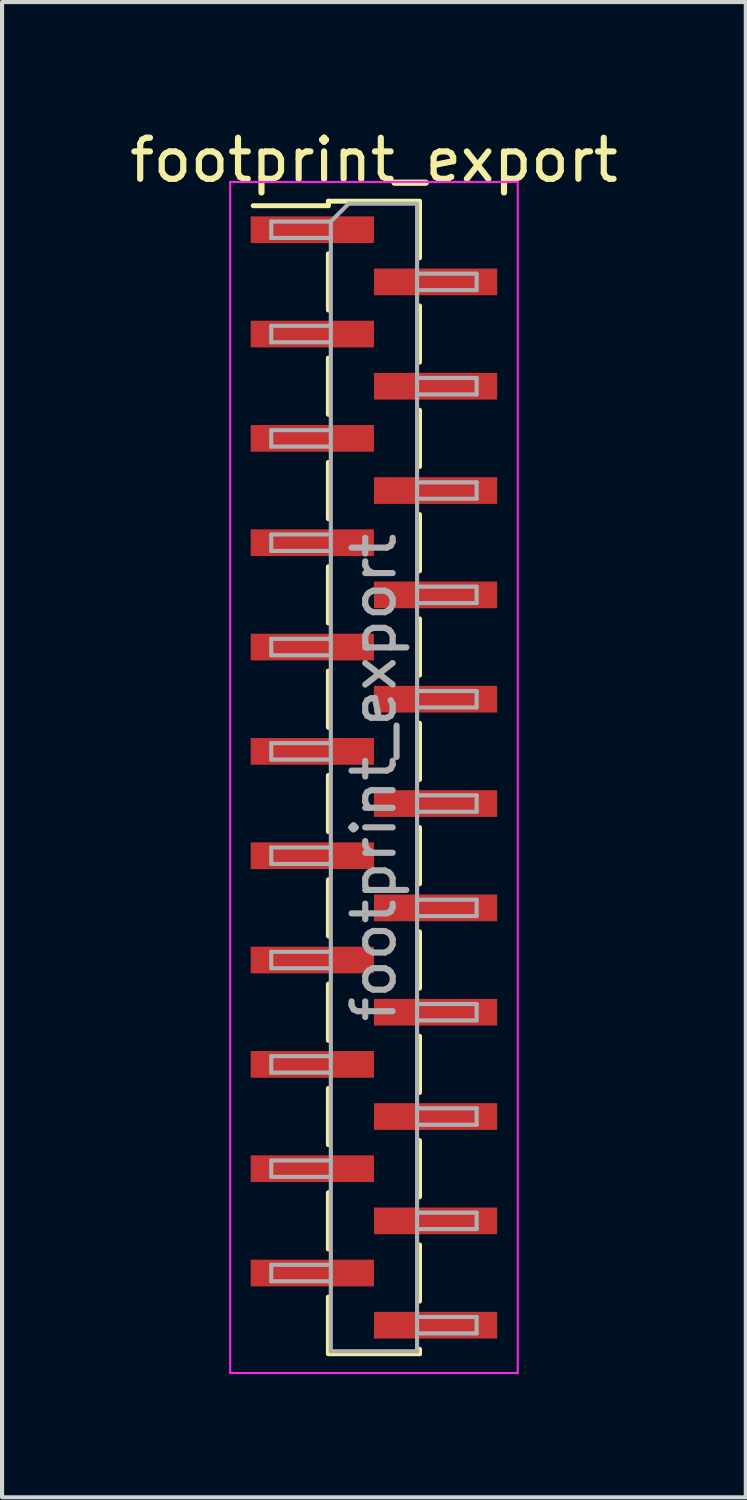
<source format=kicad_pcb>
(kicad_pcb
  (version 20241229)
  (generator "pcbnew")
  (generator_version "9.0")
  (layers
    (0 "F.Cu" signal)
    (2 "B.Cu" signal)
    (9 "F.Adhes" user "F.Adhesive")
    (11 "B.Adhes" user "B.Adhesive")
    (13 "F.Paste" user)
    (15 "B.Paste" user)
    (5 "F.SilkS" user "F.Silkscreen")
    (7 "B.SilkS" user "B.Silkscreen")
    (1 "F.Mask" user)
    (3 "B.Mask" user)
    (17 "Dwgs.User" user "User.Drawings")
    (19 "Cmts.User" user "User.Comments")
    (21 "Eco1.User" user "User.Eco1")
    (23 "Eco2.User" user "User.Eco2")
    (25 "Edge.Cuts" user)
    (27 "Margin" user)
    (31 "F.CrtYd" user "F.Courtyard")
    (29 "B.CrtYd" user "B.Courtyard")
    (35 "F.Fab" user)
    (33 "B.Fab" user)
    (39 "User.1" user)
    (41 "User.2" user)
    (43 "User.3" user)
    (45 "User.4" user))
  (footprint "footprint_export"
    (layer "F.Cu")
    (at 6.054 15.878)
    (property "Reference" "footprint_export" (at 0 -15.03 0) (layer "F.SilkS") (effects (font (size 1 1) (thickness 0.15))))
    (attr smd)
    (fp_line (start -1.11 -14.03) (end -1.11 -13.92) (stroke (width 0.12) (type solid)) (layer "F.SilkS"))
    (fp_line (start -1.11 -14.03) (end 1.11 -14.03) (stroke (width 0.12) (type solid)) (layer "F.SilkS"))
    (fp_line (start -1.11 -13.92) (end -2.94 -13.92) (stroke (width 0.12) (type solid)) (layer "F.SilkS"))
    (fp_line (start -1.11 -12.75) (end -1.11 -11.38) (stroke (width 0.12) (type solid)) (layer "F.SilkS"))
    (fp_line (start -1.11 -10.21) (end -1.11 -8.84) (stroke (width 0.12) (type solid)) (layer "F.SilkS"))
    (fp_line (start -1.11 -7.67) (end -1.11 -6.3) (stroke (width 0.12) (type solid)) (layer "F.SilkS"))
    (fp_line (start -1.11 -5.13) (end -1.11 -3.76) (stroke (width 0.12) (type solid)) (layer "F.SilkS"))
    (fp_line (start -1.11 -2.59) (end -1.11 -1.22) (stroke (width 0.12) (type solid)) (layer "F.SilkS"))
    (fp_line (start -1.11 -0.05) (end -1.11 1.32) (stroke (width 0.12) (type solid)) (layer "F.SilkS"))
    (fp_line (start -1.11 2.49) (end -1.11 3.86) (stroke (width 0.12) (type solid)) (layer "F.SilkS"))
    (fp_line (start -1.11 5.03) (end -1.11 6.4) (stroke (width 0.12) (type solid)) (layer "F.SilkS"))
    (fp_line (start -1.11 7.57) (end -1.11 8.94) (stroke (width 0.12) (type solid)) (layer "F.SilkS"))
    (fp_line (start -1.11 10.11) (end -1.11 11.48) (stroke (width 0.12) (type solid)) (layer "F.SilkS"))
    (fp_line (start -1.11 12.65) (end -1.11 14.02) (stroke (width 0.12) (type solid)) (layer "F.SilkS"))
    (fp_line (start -1.11 14.03) (end 1.11 14.03) (stroke (width 0.12) (type solid)) (layer "F.SilkS"))
    (fp_line (start 1.11 -14.02) (end 1.11 -12.65) (stroke (width 0.12) (type solid)) (layer "F.SilkS"))
    (fp_line (start 1.11 -11.48) (end 1.11 -10.11) (stroke (width 0.12) (type solid)) (layer "F.SilkS"))
    (fp_line (start 1.11 -8.94) (end 1.11 -7.57) (stroke (width 0.12) (type solid)) (layer "F.SilkS"))
    (fp_line (start 1.11 -6.4) (end 1.11 -5.03) (stroke (width 0.12) (type solid)) (layer "F.SilkS"))
    (fp_line (start 1.11 -3.86) (end 1.11 -2.49) (stroke (width 0.12) (type solid)) (layer "F.SilkS"))
    (fp_line (start 1.11 -1.32) (end 1.11 0.05) (stroke (width 0.12) (type solid)) (layer "F.SilkS"))
    (fp_line (start 1.11 1.22) (end 1.11 2.59) (stroke (width 0.12) (type solid)) (layer "F.SilkS"))
    (fp_line (start 1.11 3.76) (end 1.11 5.13) (stroke (width 0.12) (type solid)) (layer "F.SilkS"))
    (fp_line (start 1.11 6.3) (end 1.11 7.67) (stroke (width 0.12) (type solid)) (layer "F.SilkS"))
    (fp_line (start 1.11 8.84) (end 1.11 10.21) (stroke (width 0.12) (type solid)) (layer "F.SilkS"))
    (fp_line (start 1.11 11.38) (end 1.11 12.75) (stroke (width 0.12) (type solid)) (layer "F.SilkS"))
    (fp_line (start 1.11 13.92) (end 1.11 14.03) (stroke (width 0.12) (type solid)) (layer "F.SilkS"))
    (fp_line (start -3.5 -14.5) (end -3.5 14.5) (stroke (width 0.05) (type solid)) (layer "F.CrtYd"))
    (fp_line (start -3.5 14.5) (end 3.5 14.5) (stroke (width 0.05) (type solid)) (layer "F.CrtYd"))
    (fp_line (start 3.5 -14.5) (end -3.5 -14.5) (stroke (width 0.05) (type solid)) (layer "F.CrtYd"))
    (fp_line (start 3.5 14.5) (end 3.5 -14.5) (stroke (width 0.05) (type solid)) (layer "F.CrtYd"))
    (fp_line (start -2.5 -13.535) (end -2.5 -13.135) (stroke (width 0.1) (type solid)) (layer "F.Fab"))
    (fp_line (start -2.5 -13.135) (end -1.05 -13.135) (stroke (width 0.1) (type solid)) (layer "F.Fab"))
    (fp_line (start -2.5 -10.995) (end -2.5 -10.595) (stroke (width 0.1) (type solid)) (layer "F.Fab"))
    (fp_line (start -2.5 -10.595) (end -1.05 -10.595) (stroke (width 0.1) (type solid)) (layer "F.Fab"))
    (fp_line (start -2.5 -8.455) (end -2.5 -8.055) (stroke (width 0.1) (type solid)) (layer "F.Fab"))
    (fp_line (start -2.5 -8.055) (end -1.05 -8.055) (stroke (width 0.1) (type solid)) (layer "F.Fab"))
    (fp_line (start -2.5 -5.915) (end -2.5 -5.515) (stroke (width 0.1) (type solid)) (layer "F.Fab"))
    (fp_line (start -2.5 -5.515) (end -1.05 -5.515) (stroke (width 0.1) (type solid)) (layer "F.Fab"))
    (fp_line (start -2.5 -3.375) (end -2.5 -2.975) (stroke (width 0.1) (type solid)) (layer "F.Fab"))
    (fp_line (start -2.5 -2.975) (end -1.05 -2.975) (stroke (width 0.1) (type solid)) (layer "F.Fab"))
    (fp_line (start -2.5 -0.835) (end -2.5 -0.435) (stroke (width 0.1) (type solid)) (layer "F.Fab"))
    (fp_line (start -2.5 -0.435) (end -1.05 -0.435) (stroke (width 0.1) (type solid)) (layer "F.Fab"))
    (fp_line (start -2.5 1.705) (end -2.5 2.105) (stroke (width 0.1) (type solid)) (layer "F.Fab"))
    (fp_line (start -2.5 2.105) (end -1.05 2.105) (stroke (width 0.1) (type solid)) (layer "F.Fab"))
    (fp_line (start -2.5 4.245) (end -2.5 4.645) (stroke (width 0.1) (type solid)) (layer "F.Fab"))
    (fp_line (start -2.5 4.645) (end -1.05 4.645) (stroke (width 0.1) (type solid)) (layer "F.Fab"))
    (fp_line (start -2.5 6.785) (end -2.5 7.185) (stroke (width 0.1) (type solid)) (layer "F.Fab"))
    (fp_line (start -2.5 7.185) (end -1.05 7.185) (stroke (width 0.1) (type solid)) (layer "F.Fab"))
    (fp_line (start -2.5 9.325) (end -2.5 9.725) (stroke (width 0.1) (type solid)) (layer "F.Fab"))
    (fp_line (start -2.5 9.725) (end -1.05 9.725) (stroke (width 0.1) (type solid)) (layer "F.Fab"))
    (fp_line (start -2.5 11.865) (end -2.5 12.265) (stroke (width 0.1) (type solid)) (layer "F.Fab"))
    (fp_line (start -2.5 12.265) (end -1.05 12.265) (stroke (width 0.1) (type solid)) (layer "F.Fab"))
    (fp_line (start -1.05 -13.535) (end -2.5 -13.535) (stroke (width 0.1) (type solid)) (layer "F.Fab"))
    (fp_line (start -1.05 -13.535) (end -0.615 -13.97) (stroke (width 0.1) (type solid)) (layer "F.Fab"))
    (fp_line (start -1.05 -10.995) (end -2.5 -10.995) (stroke (width 0.1) (type solid)) (layer "F.Fab"))
    (fp_line (start -1.05 -8.455) (end -2.5 -8.455) (stroke (width 0.1) (type solid)) (layer "F.Fab"))
    (fp_line (start -1.05 -5.915) (end -2.5 -5.915) (stroke (width 0.1) (type solid)) (layer "F.Fab"))
    (fp_line (start -1.05 -3.375) (end -2.5 -3.375) (stroke (width 0.1) (type solid)) (layer "F.Fab"))
    (fp_line (start -1.05 -0.835) (end -2.5 -0.835) (stroke (width 0.1) (type solid)) (layer "F.Fab"))
    (fp_line (start -1.05 1.705) (end -2.5 1.705) (stroke (width 0.1) (type solid)) (layer "F.Fab"))
    (fp_line (start -1.05 4.245) (end -2.5 4.245) (stroke (width 0.1) (type solid)) (layer "F.Fab"))
    (fp_line (start -1.05 6.785) (end -2.5 6.785) (stroke (width 0.1) (type solid)) (layer "F.Fab"))
    (fp_line (start -1.05 9.325) (end -2.5 9.325) (stroke (width 0.1) (type solid)) (layer "F.Fab"))
    (fp_line (start -1.05 11.865) (end -2.5 11.865) (stroke (width 0.1) (type solid)) (layer "F.Fab"))
    (fp_line (start -1.05 13.97) (end -1.05 -13.535) (stroke (width 0.1) (type solid)) (layer "F.Fab"))
    (fp_line (start -0.615 -13.97) (end 1.05 -13.97) (stroke (width 0.1) (type solid)) (layer "F.Fab"))
    (fp_line (start 1.05 -13.97) (end 1.05 13.97) (stroke (width 0.1) (type solid)) (layer "F.Fab"))
    (fp_line (start 1.05 -12.265) (end 2.5 -12.265) (stroke (width 0.1) (type solid)) (layer "F.Fab"))
    (fp_line (start 1.05 -9.725) (end 2.5 -9.725) (stroke (width 0.1) (type solid)) (layer "F.Fab"))
    (fp_line (start 1.05 -7.185) (end 2.5 -7.185) (stroke (width 0.1) (type solid)) (layer "F.Fab"))
    (fp_line (start 1.05 -4.645) (end 2.5 -4.645) (stroke (width 0.1) (type solid)) (layer "F.Fab"))
    (fp_line (start 1.05 -2.105) (end 2.5 -2.105) (stroke (width 0.1) (type solid)) (layer "F.Fab"))
    (fp_line (start 1.05 0.435) (end 2.5 0.435) (stroke (width 0.1) (type solid)) (layer "F.Fab"))
    (fp_line (start 1.05 2.975) (end 2.5 2.975) (stroke (width 0.1) (type solid)) (layer "F.Fab"))
    (fp_line (start 1.05 5.515) (end 2.5 5.515) (stroke (width 0.1) (type solid)) (layer "F.Fab"))
    (fp_line (start 1.05 8.055) (end 2.5 8.055) (stroke (width 0.1) (type solid)) (layer "F.Fab"))
    (fp_line (start 1.05 10.595) (end 2.5 10.595) (stroke (width 0.1) (type solid)) (layer "F.Fab"))
    (fp_line (start 1.05 13.135) (end 2.5 13.135) (stroke (width 0.1) (type solid)) (layer "F.Fab"))
    (fp_line (start 1.05 13.97) (end -1.05 13.97) (stroke (width 0.1) (type solid)) (layer "F.Fab"))
    (fp_line (start 2.5 -12.265) (end 2.5 -11.865) (stroke (width 0.1) (type solid)) (layer "F.Fab"))
    (fp_line (start 2.5 -11.865) (end 1.05 -11.865) (stroke (width 0.1) (type solid)) (layer "F.Fab"))
    (fp_line (start 2.5 -9.725) (end 2.5 -9.325) (stroke (width 0.1) (type solid)) (layer "F.Fab"))
    (fp_line (start 2.5 -9.325) (end 1.05 -9.325) (stroke (width 0.1) (type solid)) (layer "F.Fab"))
    (fp_line (start 2.5 -7.185) (end 2.5 -6.785) (stroke (width 0.1) (type solid)) (layer "F.Fab"))
    (fp_line (start 2.5 -6.785) (end 1.05 -6.785) (stroke (width 0.1) (type solid)) (layer "F.Fab"))
    (fp_line (start 2.5 -4.645) (end 2.5 -4.245) (stroke (width 0.1) (type solid)) (layer "F.Fab"))
    (fp_line (start 2.5 -4.245) (end 1.05 -4.245) (stroke (width 0.1) (type solid)) (layer "F.Fab"))
    (fp_line (start 2.5 -2.105) (end 2.5 -1.705) (stroke (width 0.1) (type solid)) (layer "F.Fab"))
    (fp_line (start 2.5 -1.705) (end 1.05 -1.705) (stroke (width 0.1) (type solid)) (layer "F.Fab"))
    (fp_line (start 2.5 0.435) (end 2.5 0.835) (stroke (width 0.1) (type solid)) (layer "F.Fab"))
    (fp_line (start 2.5 0.835) (end 1.05 0.835) (stroke (width 0.1) (type solid)) (layer "F.Fab"))
    (fp_line (start 2.5 2.975) (end 2.5 3.375) (stroke (width 0.1) (type solid)) (layer "F.Fab"))
    (fp_line (start 2.5 3.375) (end 1.05 3.375) (stroke (width 0.1) (type solid)) (layer "F.Fab"))
    (fp_line (start 2.5 5.515) (end 2.5 5.915) (stroke (width 0.1) (type solid)) (layer "F.Fab"))
    (fp_line (start 2.5 5.915) (end 1.05 5.915) (stroke (width 0.1) (type solid)) (layer "F.Fab"))
    (fp_line (start 2.5 8.055) (end 2.5 8.455) (stroke (width 0.1) (type solid)) (layer "F.Fab"))
    (fp_line (start 2.5 8.455) (end 1.05 8.455) (stroke (width 0.1) (type solid)) (layer "F.Fab"))
    (fp_line (start 2.5 10.595) (end 2.5 10.995) (stroke (width 0.1) (type solid)) (layer "F.Fab"))
    (fp_line (start 2.5 10.995) (end 1.05 10.995) (stroke (width 0.1) (type solid)) (layer "F.Fab"))
    (fp_line (start 2.5 13.135) (end 2.5 13.535) (stroke (width 0.1) (type solid)) (layer "F.Fab"))
    (fp_line (start 2.5 13.535) (end 1.05 13.535) (stroke (width 0.1) (type solid)) (layer "F.Fab"))
    (fp_text user "${REFERENCE}" (at 0 0 90) (layer "F.Fab") (effects (font (size 1 1) (thickness 0.15))))
    (pad "1" smd rect (at -1.5 -13.335) (size 3 0.65) (layers "F.Cu" "F.Mask" "F.Paste"))
    (pad "2" smd rect (at 1.5 -12.065) (size 3 0.65) (layers "F.Cu" "F.Mask" "F.Paste"))
    (pad "3" smd rect (at -1.5 -10.795) (size 3 0.65) (layers "F.Cu" "F.Mask" "F.Paste"))
    (pad "4" smd rect (at 1.5 -9.525) (size 3 0.65) (layers "F.Cu" "F.Mask" "F.Paste"))
    (pad "5" smd rect (at -1.5 -8.255) (size 3 0.65) (layers "F.Cu" "F.Mask" "F.Paste"))
    (pad "6" smd rect (at 1.5 -6.985) (size 3 0.65) (layers "F.Cu" "F.Mask" "F.Paste"))
    (pad "7" smd rect (at -1.5 -5.715) (size 3 0.65) (layers "F.Cu" "F.Mask" "F.Paste"))
    (pad "8" smd rect (at 1.5 -4.445) (size 3 0.65) (layers "F.Cu" "F.Mask" "F.Paste"))
    (pad "9" smd rect (at -1.5 -3.175) (size 3 0.65) (layers "F.Cu" "F.Mask" "F.Paste"))
    (pad "10" smd rect (at 1.5 -1.905) (size 3 0.65) (layers "F.Cu" "F.Mask" "F.Paste"))
    (pad "11" smd rect (at -1.5 -0.635) (size 3 0.65) (layers "F.Cu" "F.Mask" "F.Paste"))
    (pad "12" smd rect (at 1.5 0.635) (size 3 0.65) (layers "F.Cu" "F.Mask" "F.Paste"))
    (pad "13" smd rect (at -1.5 1.905) (size 3 0.65) (layers "F.Cu" "F.Mask" "F.Paste"))
    (pad "14" smd rect (at 1.5 3.175) (size 3 0.65) (layers "F.Cu" "F.Mask" "F.Paste"))
    (pad "15" smd rect (at -1.5 4.445) (size 3 0.65) (layers "F.Cu" "F.Mask" "F.Paste"))
    (pad "16" smd rect (at 1.5 5.715) (size 3 0.65) (layers "F.Cu" "F.Mask" "F.Paste"))
    (pad "17" smd rect (at -1.5 6.985) (size 3 0.65) (layers "F.Cu" "F.Mask" "F.Paste"))
    (pad "18" smd rect (at 1.5 8.255) (size 3 0.65) (layers "F.Cu" "F.Mask" "F.Paste"))
    (pad "19" smd rect (at -1.5 9.525) (size 3 0.65) (layers "F.Cu" "F.Mask" "F.Paste"))
    (pad "20" smd rect (at 1.5 10.795) (size 3 0.65) (layers "F.Cu" "F.Mask" "F.Paste"))
    (pad "21" smd rect (at -1.5 12.065) (size 3 0.65) (layers "F.Cu" "F.Mask" "F.Paste"))
    (pad "22" smd rect (at 1.5 13.335) (size 3 0.65) (layers "F.Cu" "F.Mask" "F.Paste")))
  (gr_rect
    (start -3 -3)
    (end 15.107 33.403)
    (stroke (width 0.1) (type default))
    (fill no)
    (layer "Edge.Cuts")))
</source>
